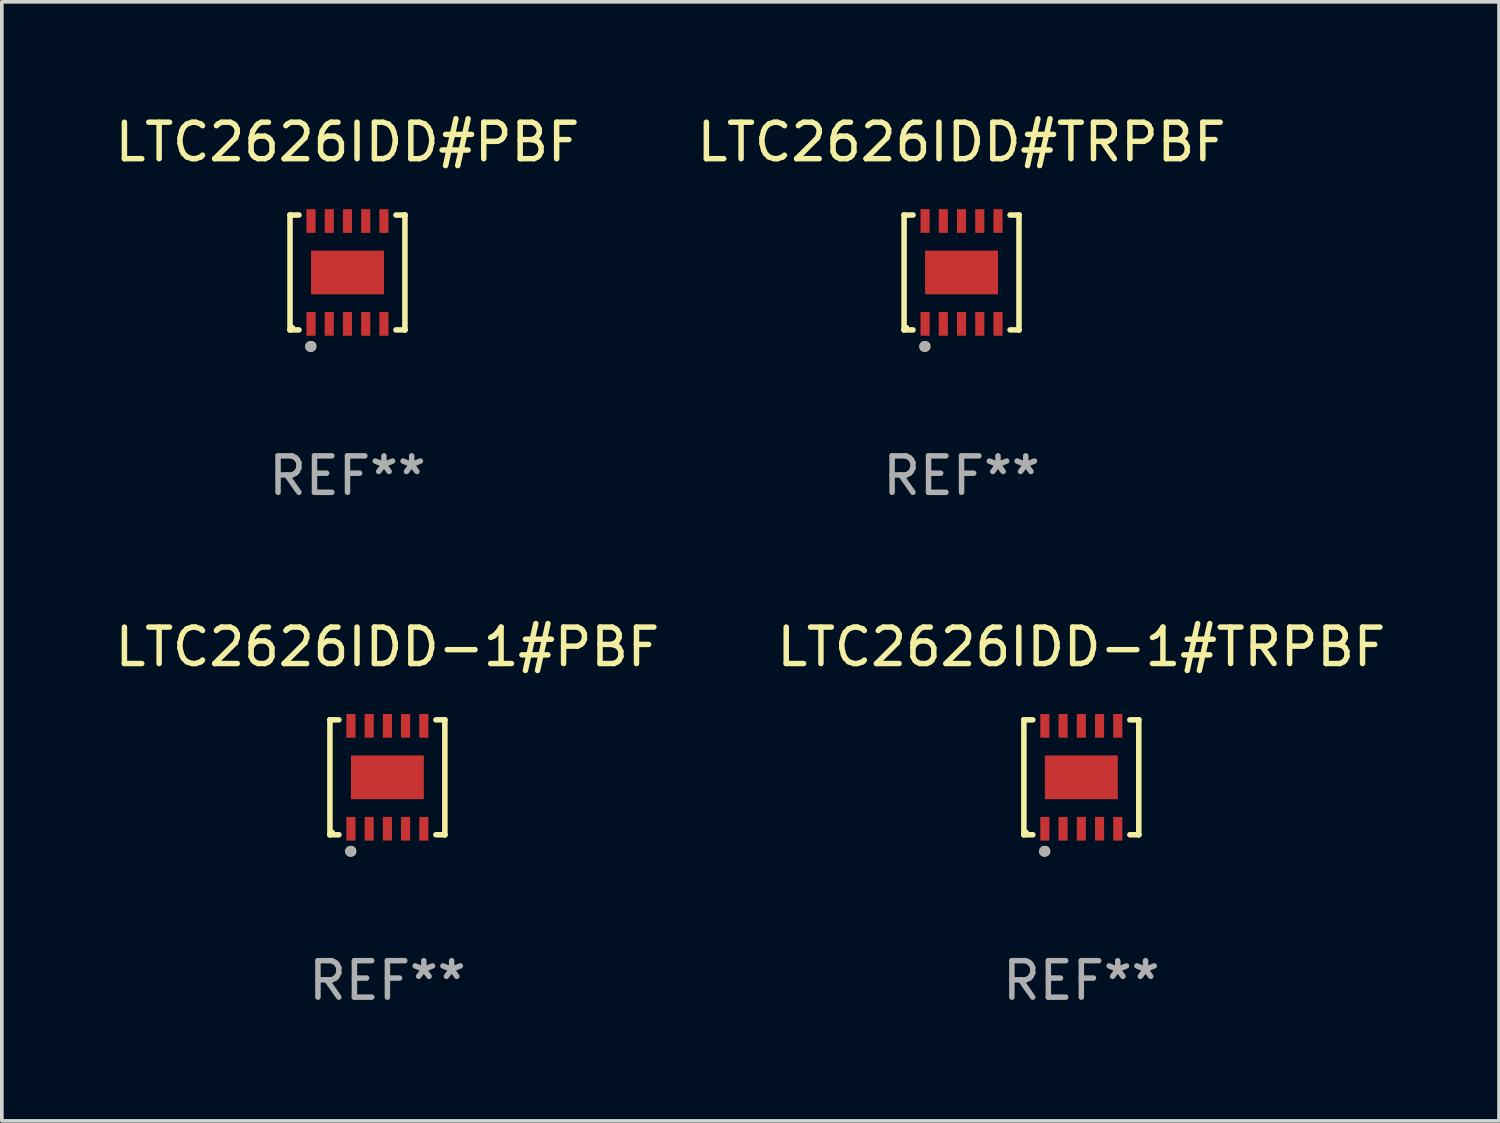
<source format=kicad_pcb>
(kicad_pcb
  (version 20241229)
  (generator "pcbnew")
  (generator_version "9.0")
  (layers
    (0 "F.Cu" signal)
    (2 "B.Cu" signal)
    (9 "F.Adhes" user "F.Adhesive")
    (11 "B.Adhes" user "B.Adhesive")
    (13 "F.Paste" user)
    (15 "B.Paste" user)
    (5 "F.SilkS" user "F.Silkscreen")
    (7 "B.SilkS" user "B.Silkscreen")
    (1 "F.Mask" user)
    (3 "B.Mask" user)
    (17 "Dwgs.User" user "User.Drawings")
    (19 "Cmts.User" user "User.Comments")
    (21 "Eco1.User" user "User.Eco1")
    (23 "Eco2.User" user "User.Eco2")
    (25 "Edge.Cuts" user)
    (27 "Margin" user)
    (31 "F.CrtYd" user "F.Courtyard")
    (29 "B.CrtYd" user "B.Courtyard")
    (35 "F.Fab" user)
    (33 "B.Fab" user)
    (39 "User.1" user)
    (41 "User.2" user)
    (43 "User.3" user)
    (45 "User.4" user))
  (footprint "LTC2626IDD#TRPBF"
    (layer "F.Cu")
    (at 23.327 4.424)
    (property "Reference" "LTC2626IDD#TRPBF" (at 0 -3.576 0) (layer "F.SilkS") (effects (font (size 1 1) (thickness 0.15))))
    (attr through_hole)
    (fp_line (start -1.576 -1.576) (end -1.576 -1.576) (stroke (width 0.152) (type solid)) (layer "F.SilkS"))
    (fp_line (start -1.576 -1.576) (end -1.331 -1.576) (stroke (width 0.152) (type solid)) (layer "F.SilkS"))
    (fp_line (start -1.576 1.576) (end -1.576 -1.576) (stroke (width 0.152) (type solid)) (layer "F.SilkS"))
    (fp_line (start -1.576 1.576) (end -1.576 1.576) (stroke (width 0.152) (type solid)) (layer "F.SilkS"))
    (fp_line (start -1.331 1.576) (end -1.576 1.576) (stroke (width 0.152) (type solid)) (layer "F.SilkS"))
    (fp_line (start 1.331 1.576) (end 1.576 1.576) (stroke (width 0.152) (type solid)) (layer "F.SilkS"))
    (fp_line (start 1.576 -1.576) (end 1.331 -1.576) (stroke (width 0.152) (type solid)) (layer "F.SilkS"))
    (fp_line (start 1.576 -1.576) (end 1.576 -1.576) (stroke (width 0.152) (type solid)) (layer "F.SilkS"))
    (fp_line (start 1.576 1.576) (end 1.576 -1.576) (stroke (width 0.152) (type solid)) (layer "F.SilkS"))
    (fp_line (start 1.576 1.576) (end 1.576 1.576) (stroke (width 0.152) (type solid)) (layer "F.SilkS"))
    (fp_circle (center -1.5 1.5) (end -1.47 1.5) (stroke (width 0.06) (type solid)) (fill no) (layer "F.SilkS"))
    (fp_circle (center -1 2.028) (end -0.925 2.028) (stroke (width 0.15) (type solid)) (fill no) (layer "F.SilkS"))
    (fp_circle (center -1.016 2.032) (end -0.941 2.032) (stroke (width 0.15) (type solid)) (fill no) (layer "F.Fab"))
    (fp_text user "REF**" (at 0 5.576 0) (layer "F.Fab") (effects (font (size 1 1) (thickness 0.15))))
    (pad "1" smd rect (at -1 1.411) (size 0.25 0.65) (layers "F.Cu" "F.Mask" "F.Paste"))
    (pad "2" smd rect (at -0.5 1.411) (size 0.25 0.65) (layers "F.Cu" "F.Mask" "F.Paste"))
    (pad "3" smd rect (at 0 1.411) (size 0.25 0.65) (layers "F.Cu" "F.Mask" "F.Paste"))
    (pad "4" smd rect (at 0.5 1.411) (size 0.25 0.65) (layers "F.Cu" "F.Mask" "F.Paste"))
    (pad "5" smd rect (at 1 1.411) (size 0.25 0.65) (layers "F.Cu" "F.Mask" "F.Paste"))
    (pad "6" smd rect (at 1 -1.411) (size 0.25 0.65) (layers "F.Cu" "F.Mask" "F.Paste"))
    (pad "7" smd rect (at 0.5 -1.411) (size 0.25 0.65) (layers "F.Cu" "F.Mask" "F.Paste"))
    (pad "8" smd rect (at 0 -1.411) (size 0.25 0.65) (layers "F.Cu" "F.Mask" "F.Paste"))
    (pad "9" smd rect (at -0.5 -1.411) (size 0.25 0.65) (layers "F.Cu" "F.Mask" "F.Paste"))
    (pad "10" smd rect (at -1 -1.411) (size 0.25 0.65) (layers "F.Cu" "F.Mask" "F.Paste"))
    (pad "11" smd rect (at 0 0) (size 2 1.2) (layers "F.Cu" "F.Mask" "F.Paste")))
  (footprint "LTC2626IDD#PBF"
    (layer "F.Cu")
    (at 6.482 4.424)
    (property "Reference" "LTC2626IDD#PBF" (at 0 -3.576 0) (layer "F.SilkS") (effects (font (size 1 1) (thickness 0.15))))
    (attr through_hole)
    (fp_line (start -1.576 -1.576) (end -1.576 -1.576) (stroke (width 0.152) (type solid)) (layer "F.SilkS"))
    (fp_line (start -1.576 -1.576) (end -1.331 -1.576) (stroke (width 0.152) (type solid)) (layer "F.SilkS"))
    (fp_line (start -1.576 1.576) (end -1.576 -1.576) (stroke (width 0.152) (type solid)) (layer "F.SilkS"))
    (fp_line (start -1.576 1.576) (end -1.576 1.576) (stroke (width 0.152) (type solid)) (layer "F.SilkS"))
    (fp_line (start -1.331 1.576) (end -1.576 1.576) (stroke (width 0.152) (type solid)) (layer "F.SilkS"))
    (fp_line (start 1.331 1.576) (end 1.576 1.576) (stroke (width 0.152) (type solid)) (layer "F.SilkS"))
    (fp_line (start 1.576 -1.576) (end 1.331 -1.576) (stroke (width 0.152) (type solid)) (layer "F.SilkS"))
    (fp_line (start 1.576 -1.576) (end 1.576 -1.576) (stroke (width 0.152) (type solid)) (layer "F.SilkS"))
    (fp_line (start 1.576 1.576) (end 1.576 -1.576) (stroke (width 0.152) (type solid)) (layer "F.SilkS"))
    (fp_line (start 1.576 1.576) (end 1.576 1.576) (stroke (width 0.152) (type solid)) (layer "F.SilkS"))
    (fp_circle (center -1.5 1.5) (end -1.47 1.5) (stroke (width 0.06) (type solid)) (fill no) (layer "F.SilkS"))
    (fp_circle (center -1 2.028) (end -0.925 2.028) (stroke (width 0.15) (type solid)) (fill no) (layer "F.SilkS"))
    (fp_circle (center -1.016 2.032) (end -0.941 2.032) (stroke (width 0.15) (type solid)) (fill no) (layer "F.Fab"))
    (fp_text user "REF**" (at 0 5.576 0) (layer "F.Fab") (effects (font (size 1 1) (thickness 0.15))))
    (pad "1" smd rect (at -1 1.411) (size 0.25 0.65) (layers "F.Cu" "F.Mask" "F.Paste"))
    (pad "2" smd rect (at -0.5 1.411) (size 0.25 0.65) (layers "F.Cu" "F.Mask" "F.Paste"))
    (pad "3" smd rect (at 0 1.411) (size 0.25 0.65) (layers "F.Cu" "F.Mask" "F.Paste"))
    (pad "4" smd rect (at 0.5 1.411) (size 0.25 0.65) (layers "F.Cu" "F.Mask" "F.Paste"))
    (pad "5" smd rect (at 1 1.411) (size 0.25 0.65) (layers "F.Cu" "F.Mask" "F.Paste"))
    (pad "6" smd rect (at 1 -1.411) (size 0.25 0.65) (layers "F.Cu" "F.Mask" "F.Paste"))
    (pad "7" smd rect (at 0.5 -1.411) (size 0.25 0.65) (layers "F.Cu" "F.Mask" "F.Paste"))
    (pad "8" smd rect (at 0 -1.411) (size 0.25 0.65) (layers "F.Cu" "F.Mask" "F.Paste"))
    (pad "9" smd rect (at -0.5 -1.411) (size 0.25 0.65) (layers "F.Cu" "F.Mask" "F.Paste"))
    (pad "10" smd rect (at -1 -1.411) (size 0.25 0.65) (layers "F.Cu" "F.Mask" "F.Paste"))
    (pad "11" smd rect (at 0 0) (size 2 1.2) (layers "F.Cu" "F.Mask" "F.Paste")))
  (footprint "LTC2626IDD-1#TRPBF"
    (layer "F.Cu")
    (at 26.613 18.273)
    (property "Reference" "LTC2626IDD-1#TRPBF" (at 0 -3.576 0) (layer "F.SilkS") (effects (font (size 1 1) (thickness 0.15))))
    (attr through_hole)
    (fp_line (start -1.576 -1.576) (end -1.576 -1.576) (stroke (width 0.152) (type solid)) (layer "F.SilkS"))
    (fp_line (start -1.576 -1.576) (end -1.331 -1.576) (stroke (width 0.152) (type solid)) (layer "F.SilkS"))
    (fp_line (start -1.576 1.576) (end -1.576 -1.576) (stroke (width 0.152) (type solid)) (layer "F.SilkS"))
    (fp_line (start -1.576 1.576) (end -1.576 1.576) (stroke (width 0.152) (type solid)) (layer "F.SilkS"))
    (fp_line (start -1.331 1.576) (end -1.576 1.576) (stroke (width 0.152) (type solid)) (layer "F.SilkS"))
    (fp_line (start 1.331 1.576) (end 1.576 1.576) (stroke (width 0.152) (type solid)) (layer "F.SilkS"))
    (fp_line (start 1.576 -1.576) (end 1.331 -1.576) (stroke (width 0.152) (type solid)) (layer "F.SilkS"))
    (fp_line (start 1.576 -1.576) (end 1.576 -1.576) (stroke (width 0.152) (type solid)) (layer "F.SilkS"))
    (fp_line (start 1.576 1.576) (end 1.576 -1.576) (stroke (width 0.152) (type solid)) (layer "F.SilkS"))
    (fp_line (start 1.576 1.576) (end 1.576 1.576) (stroke (width 0.152) (type solid)) (layer "F.SilkS"))
    (fp_circle (center -1.5 1.5) (end -1.47 1.5) (stroke (width 0.06) (type solid)) (fill no) (layer "F.SilkS"))
    (fp_circle (center -1 2.028) (end -0.925 2.028) (stroke (width 0.15) (type solid)) (fill no) (layer "F.SilkS"))
    (fp_circle (center -1.016 2.032) (end -0.941 2.032) (stroke (width 0.15) (type solid)) (fill no) (layer "F.Fab"))
    (fp_text user "REF**" (at 0 5.576 0) (layer "F.Fab") (effects (font (size 1 1) (thickness 0.15))))
    (pad "1" smd rect (at -1 1.411) (size 0.25 0.65) (layers "F.Cu" "F.Mask" "F.Paste"))
    (pad "2" smd rect (at -0.5 1.411) (size 0.25 0.65) (layers "F.Cu" "F.Mask" "F.Paste"))
    (pad "3" smd rect (at 0 1.411) (size 0.25 0.65) (layers "F.Cu" "F.Mask" "F.Paste"))
    (pad "4" smd rect (at 0.5 1.411) (size 0.25 0.65) (layers "F.Cu" "F.Mask" "F.Paste"))
    (pad "5" smd rect (at 1 1.411) (size 0.25 0.65) (layers "F.Cu" "F.Mask" "F.Paste"))
    (pad "6" smd rect (at 1 -1.411) (size 0.25 0.65) (layers "F.Cu" "F.Mask" "F.Paste"))
    (pad "7" smd rect (at 0.5 -1.411) (size 0.25 0.65) (layers "F.Cu" "F.Mask" "F.Paste"))
    (pad "8" smd rect (at 0 -1.411) (size 0.25 0.65) (layers "F.Cu" "F.Mask" "F.Paste"))
    (pad "9" smd rect (at -0.5 -1.411) (size 0.25 0.65) (layers "F.Cu" "F.Mask" "F.Paste"))
    (pad "10" smd rect (at -1 -1.411) (size 0.25 0.65) (layers "F.Cu" "F.Mask" "F.Paste"))
    (pad "11" smd rect (at 0 0) (size 2 1.2) (layers "F.Cu" "F.Mask" "F.Paste")))
  (footprint "LTC2626IDD-1#PBF"
    (layer "F.Cu")
    (at 7.577 18.273)
    (property "Reference" "LTC2626IDD-1#PBF" (at 0 -3.576 0) (layer "F.SilkS") (effects (font (size 1 1) (thickness 0.15))))
    (attr through_hole)
    (fp_line (start -1.576 -1.576) (end -1.576 -1.576) (stroke (width 0.152) (type solid)) (layer "F.SilkS"))
    (fp_line (start -1.576 -1.576) (end -1.331 -1.576) (stroke (width 0.152) (type solid)) (layer "F.SilkS"))
    (fp_line (start -1.576 1.576) (end -1.576 -1.576) (stroke (width 0.152) (type solid)) (layer "F.SilkS"))
    (fp_line (start -1.576 1.576) (end -1.576 1.576) (stroke (width 0.152) (type solid)) (layer "F.SilkS"))
    (fp_line (start -1.331 1.576) (end -1.576 1.576) (stroke (width 0.152) (type solid)) (layer "F.SilkS"))
    (fp_line (start 1.331 1.576) (end 1.576 1.576) (stroke (width 0.152) (type solid)) (layer "F.SilkS"))
    (fp_line (start 1.576 -1.576) (end 1.331 -1.576) (stroke (width 0.152) (type solid)) (layer "F.SilkS"))
    (fp_line (start 1.576 -1.576) (end 1.576 -1.576) (stroke (width 0.152) (type solid)) (layer "F.SilkS"))
    (fp_line (start 1.576 1.576) (end 1.576 -1.576) (stroke (width 0.152) (type solid)) (layer "F.SilkS"))
    (fp_line (start 1.576 1.576) (end 1.576 1.576) (stroke (width 0.152) (type solid)) (layer "F.SilkS"))
    (fp_circle (center -1.5 1.5) (end -1.47 1.5) (stroke (width 0.06) (type solid)) (fill no) (layer "F.SilkS"))
    (fp_circle (center -1 2.028) (end -0.925 2.028) (stroke (width 0.15) (type solid)) (fill no) (layer "F.SilkS"))
    (fp_circle (center -1.016 2.032) (end -0.941 2.032) (stroke (width 0.15) (type solid)) (fill no) (layer "F.Fab"))
    (fp_text user "REF**" (at 0 5.576 0) (layer "F.Fab") (effects (font (size 1 1) (thickness 0.15))))
    (pad "1" smd rect (at -1 1.411) (size 0.25 0.65) (layers "F.Cu" "F.Mask" "F.Paste"))
    (pad "2" smd rect (at -0.5 1.411) (size 0.25 0.65) (layers "F.Cu" "F.Mask" "F.Paste"))
    (pad "3" smd rect (at 0 1.411) (size 0.25 0.65) (layers "F.Cu" "F.Mask" "F.Paste"))
    (pad "4" smd rect (at 0.5 1.411) (size 0.25 0.65) (layers "F.Cu" "F.Mask" "F.Paste"))
    (pad "5" smd rect (at 1 1.411) (size 0.25 0.65) (layers "F.Cu" "F.Mask" "F.Paste"))
    (pad "6" smd rect (at 1 -1.411) (size 0.25 0.65) (layers "F.Cu" "F.Mask" "F.Paste"))
    (pad "7" smd rect (at 0.5 -1.411) (size 0.25 0.65) (layers "F.Cu" "F.Mask" "F.Paste"))
    (pad "8" smd rect (at 0 -1.411) (size 0.25 0.65) (layers "F.Cu" "F.Mask" "F.Paste"))
    (pad "9" smd rect (at -0.5 -1.411) (size 0.25 0.65) (layers "F.Cu" "F.Mask" "F.Paste"))
    (pad "10" smd rect (at -1 -1.411) (size 0.25 0.65) (layers "F.Cu" "F.Mask" "F.Paste"))
    (pad "11" smd rect (at 0 0) (size 2 1.2) (layers "F.Cu" "F.Mask" "F.Paste")))
  (gr_rect
    (start -3 -3)
    (end 38.071 27.698)
    (stroke (width 0.1) (type default))
    (fill no)
    (layer "Edge.Cuts")))
</source>
